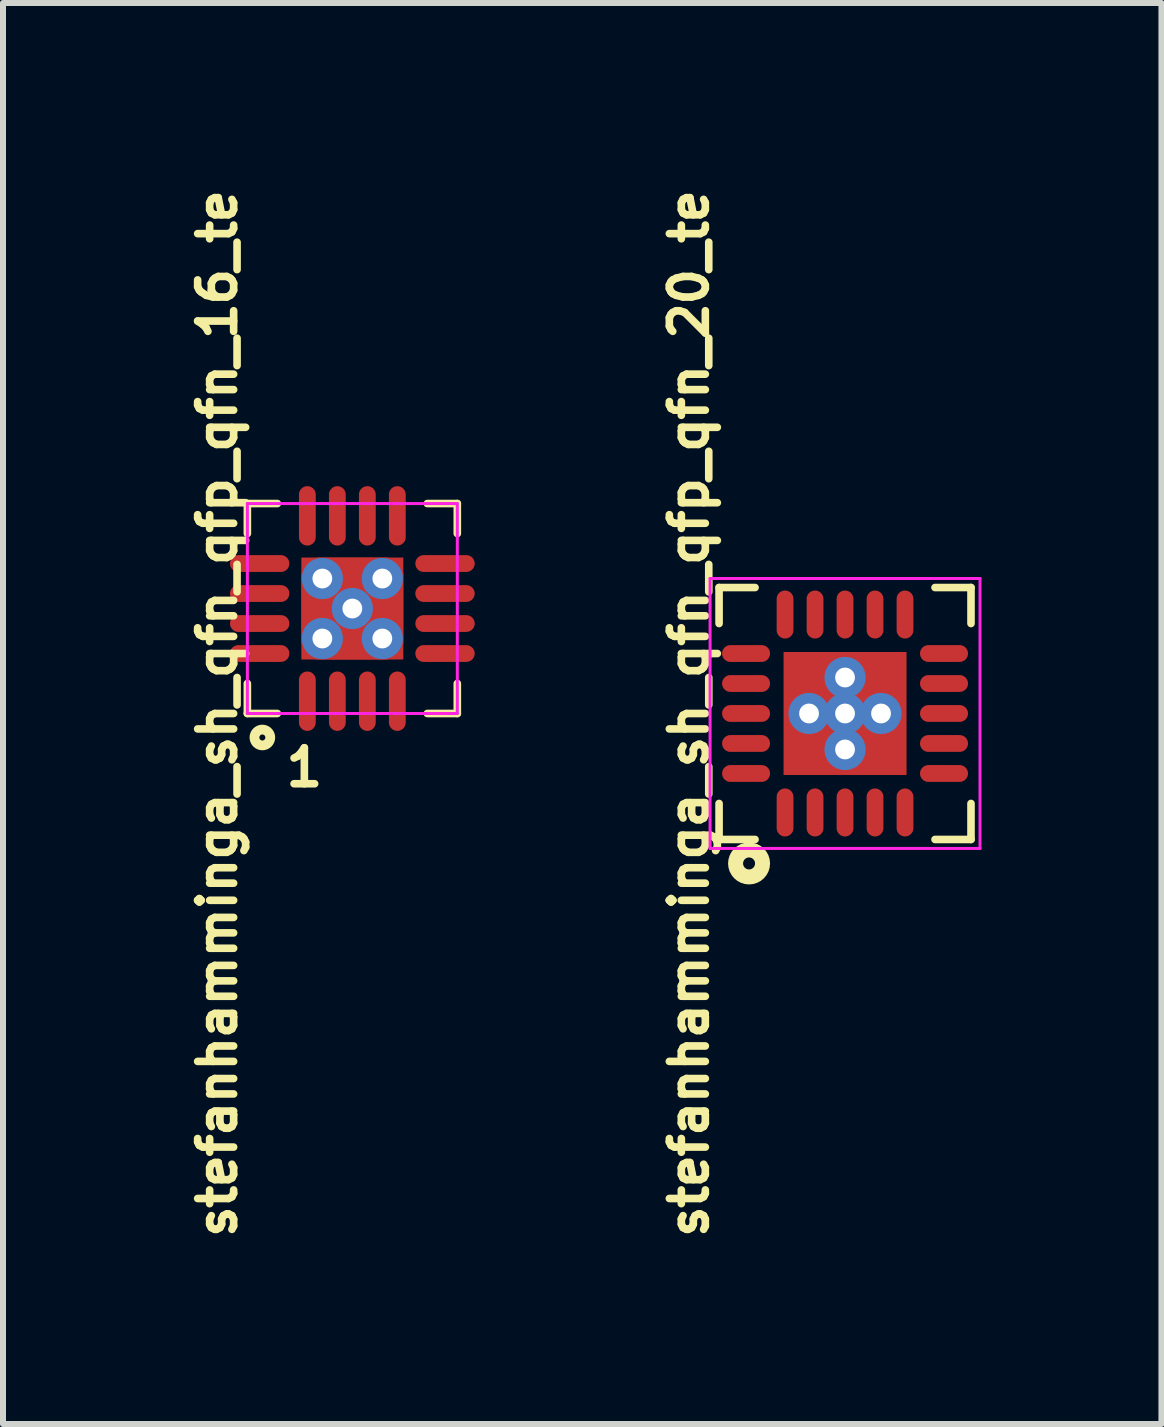
<source format=kicad_pcb>
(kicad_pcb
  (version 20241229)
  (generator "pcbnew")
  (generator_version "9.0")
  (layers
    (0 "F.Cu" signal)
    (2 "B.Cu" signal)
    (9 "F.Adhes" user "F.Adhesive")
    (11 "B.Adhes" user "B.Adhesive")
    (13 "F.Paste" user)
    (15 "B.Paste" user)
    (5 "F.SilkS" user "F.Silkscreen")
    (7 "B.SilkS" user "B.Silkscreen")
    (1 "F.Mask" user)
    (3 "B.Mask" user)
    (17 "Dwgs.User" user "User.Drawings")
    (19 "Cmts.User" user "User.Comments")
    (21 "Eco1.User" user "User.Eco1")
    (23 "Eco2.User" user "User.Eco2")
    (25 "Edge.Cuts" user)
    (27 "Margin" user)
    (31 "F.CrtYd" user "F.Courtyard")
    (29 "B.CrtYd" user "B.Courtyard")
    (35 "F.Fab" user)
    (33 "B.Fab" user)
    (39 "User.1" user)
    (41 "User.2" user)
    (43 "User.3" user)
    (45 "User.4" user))
  (footprint "stefanhamminga_sh_qfn_qfp_qfn_16_te"
    (layer "F.Cu")
    (at 2.824 7.095)
    (property "Reference" "stefanhamminga_sh_qfn_qfp_qfn_16_te" (at -2.25 1.75 90) (layer "F.SilkS") (effects (font (size 0.6 0.6) (thickness 0.127))))
    (attr smd)
    (fp_line (start -1.75 -1.75) (end -1.25 -1.75) (stroke (width 0.127) (type solid)) (layer "F.SilkS"))
    (fp_line (start -1.75 -1.25) (end -1.75 -1.75) (stroke (width 0.127) (type solid)) (layer "F.SilkS"))
    (fp_line (start -1.75 1.75) (end -1.75 1.25) (stroke (width 0.127) (type solid)) (layer "F.SilkS"))
    (fp_line (start -1.25 1.75) (end -1.75 1.75) (stroke (width 0.127) (type solid)) (layer "F.SilkS"))
    (fp_line (start 1.25 -1.75) (end 1.75 -1.75) (stroke (width 0.127) (type solid)) (layer "F.SilkS"))
    (fp_line (start 1.75 -1.75) (end 1.75 -1.25) (stroke (width 0.127) (type solid)) (layer "F.SilkS"))
    (fp_line (start 1.75 1.25) (end 1.75 1.75) (stroke (width 0.127) (type solid)) (layer "F.SilkS"))
    (fp_line (start 1.75 1.75) (end 1.25 1.75) (stroke (width 0.127) (type solid)) (layer "F.SilkS"))
    (fp_circle (center -1.5 2.15) (end -1.5 2.2) (stroke (width 0.127) (type solid)) (fill no) (layer "F.SilkS"))
    (fp_circle (center -1.5 2.15) (end -1.5 2.3) (stroke (width 0.127) (type solid)) (fill no) (layer "F.SilkS"))
    (fp_line (start -1.75 -1.75) (end -1.75 1.75) (stroke (width 0.05) (type solid)) (layer "F.CrtYd"))
    (fp_line (start -1.75 -1.75) (end 1.75 -1.75) (stroke (width 0.05) (type solid)) (layer "F.CrtYd"))
    (fp_line (start 1.75 -1.75) (end 1.75 1.75) (stroke (width 0.05) (type solid)) (layer "F.CrtYd"))
    (fp_line (start 1.75 1.75) (end -1.75 1.75) (stroke (width 0.05) (type solid)) (layer "F.CrtYd"))
    (fp_text user "1" (at -0.8 2.65 180) (layer "F.SilkS") (effects (font (size 0.6 0.6) (thickness 0.127))))
    (pad "1" smd oval (at -0.75 1.545) (size 0.28 0.99) (layers "F.Cu" "F.Mask" "F.Paste"))
    (pad "2" smd oval (at -0.25 1.545) (size 0.28 0.99) (layers "F.Cu" "F.Mask" "F.Paste"))
    (pad "3" smd oval (at 0.25 1.545) (size 0.28 0.99) (layers "F.Cu" "F.Mask" "F.Paste"))
    (pad "4" smd oval (at 0.75 1.545) (size 0.28 0.99) (layers "F.Cu" "F.Mask" "F.Paste"))
    (pad "5" smd oval (at 1.545 0.75 90) (size 0.28 0.99) (layers "F.Cu" "F.Mask" "F.Paste"))
    (pad "6" smd oval (at 1.545 0.25 90) (size 0.28 0.99) (layers "F.Cu" "F.Mask" "F.Paste"))
    (pad "7" smd oval (at 1.545 -0.25 90) (size 0.28 0.99) (layers "F.Cu" "F.Mask" "F.Paste"))
    (pad "8" smd oval (at 1.545 -0.75 90) (size 0.28 0.99) (layers "F.Cu" "F.Mask" "F.Paste"))
    (pad "9" smd oval (at 0.75 -1.545) (size 0.28 0.99) (layers "F.Cu" "F.Mask" "F.Paste"))
    (pad "10" smd oval (at 0.25 -1.545) (size 0.28 0.99) (layers "F.Cu" "F.Mask" "F.Paste"))
    (pad "11" smd oval (at -0.25 -1.545) (size 0.28 0.99) (layers "F.Cu" "F.Mask" "F.Paste"))
    (pad "12" smd oval (at -0.75 -1.545) (size 0.28 0.99) (layers "F.Cu" "F.Mask" "F.Paste"))
    (pad "13" smd oval (at -1.545 -0.75 90) (size 0.28 0.99) (layers "F.Cu" "F.Mask" "F.Paste"))
    (pad "14" smd oval (at -1.545 -0.25 90) (size 0.28 0.99) (layers "F.Cu" "F.Mask" "F.Paste"))
    (pad "15" smd oval (at -1.545 0.25 90) (size 0.28 0.99) (layers "F.Cu" "F.Mask" "F.Paste"))
    (pad "16" smd oval (at -1.545 0.75 90) (size 0.28 0.99) (layers "F.Cu" "F.Mask" "F.Paste"))
    (pad "17" smd trapezoid (at -0.525 0 270) (size 0.65 0.65) (rect_delta 0 0.55) (layers "F.Cu" "F.Paste"))
    (pad "17" thru_hole circle (at -0.5 -0.5) (size 0.686 0.686) (drill 0.33) (layers "*.Cu"))
    (pad "17" thru_hole circle (at -0.5 0.5) (size 0.686 0.686) (drill 0.33) (layers "*.Cu"))
    (pad "17" smd trapezoid (at 0 -0.525 180) (size 0.65 0.65) (rect_delta 0 0.55) (layers "F.Cu" "F.Paste"))
    (pad "17" thru_hole circle (at 0 0) (size 0.686 0.686) (drill 0.33) (layers "*.Cu"))
    (pad "17" smd rect (at 0 0) (size 1.7 1.7) (layers "F.Cu" "F.Mask"))
    (pad "17" smd trapezoid (at 0 0.525) (size 0.65 0.65) (rect_delta 0 0.55) (layers "F.Cu" "F.Paste"))
    (pad "17" thru_hole circle (at 0.5 -0.5) (size 0.686 0.686) (drill 0.33) (layers "*.Cu"))
    (pad "17" thru_hole circle (at 0.5 0.5) (size 0.686 0.686) (drill 0.33) (layers "*.Cu"))
    (pad "17" smd trapezoid (at 0.525 0 90) (size 0.65 0.65) (rect_delta 0 0.55) (layers "F.Cu" "F.Paste")))
  (footprint "stefanhamminga_sh_qfn_qfp_qfn_20_te"
    (layer "F.Cu")
    (at 11.038 8.845)
    (property "Reference" "stefanhamminga_sh_qfn_qfp_qfn_20_te" (at -2.6 0 90) (layer "F.SilkS") (effects (font (size 0.6 0.6) (thickness 0.127))))
    (attr through_hole)
    (fp_line (start -2.1 -2.1) (end -2.1 -1.5) (stroke (width 0.127) (type solid)) (layer "F.SilkS"))
    (fp_line (start -2.1 -2.1) (end -1.5 -2.1) (stroke (width 0.127) (type solid)) (layer "F.SilkS"))
    (fp_line (start -2.1 2.1) (end -2.1 1.5) (stroke (width 0.127) (type solid)) (layer "F.SilkS"))
    (fp_line (start -1.5 2.1) (end -2.1 2.1) (stroke (width 0.127) (type solid)) (layer "F.SilkS"))
    (fp_line (start 1.5 -2.1) (end 2.1 -2.1) (stroke (width 0.127) (type solid)) (layer "F.SilkS"))
    (fp_line (start 2.1 -2.1) (end 2.1 -1.5) (stroke (width 0.127) (type solid)) (layer "F.SilkS"))
    (fp_line (start 2.1 1.5) (end 2.1 2.1) (stroke (width 0.127) (type solid)) (layer "F.SilkS"))
    (fp_line (start 2.1 2.1) (end 1.5 2.1) (stroke (width 0.127) (type solid)) (layer "F.SilkS"))
    (fp_circle (center -1.6 2.5) (end -1.7 2.5) (stroke (width 0.25) (type solid)) (fill no) (layer "F.SilkS"))
    (fp_line (start -2.25 -2.25) (end 2.25 -2.25) (stroke (width 0.05) (type solid)) (layer "F.CrtYd"))
    (fp_line (start -2.25 2.25) (end -2.25 -2.25) (stroke (width 0.05) (type solid)) (layer "F.CrtYd"))
    (fp_line (start 2.25 -2.25) (end 2.25 2.25) (stroke (width 0.05) (type solid)) (layer "F.CrtYd"))
    (fp_line (start 2.25 2.25) (end -2.25 2.25) (stroke (width 0.05) (type solid)) (layer "F.CrtYd"))
    (pad "1" smd oval (at -1 1.65) (size 0.28 0.8) (layers "F.Cu" "F.Mask" "F.Paste"))
    (pad "2" smd oval (at -0.5 1.65) (size 0.28 0.8) (layers "F.Cu" "F.Mask" "F.Paste"))
    (pad "3" smd oval (at 0 1.65) (size 0.28 0.8) (layers "F.Cu" "F.Mask" "F.Paste"))
    (pad "4" smd oval (at 0.5 1.65) (size 0.28 0.8) (layers "F.Cu" "F.Mask" "F.Paste"))
    (pad "5" smd oval (at 1 1.65) (size 0.28 0.8) (layers "F.Cu" "F.Mask" "F.Paste"))
    (pad "6" smd oval (at 1.65 1 90) (size 0.28 0.8) (layers "F.Cu" "F.Mask" "F.Paste"))
    (pad "7" smd oval (at 1.65 0.5 90) (size 0.28 0.8) (layers "F.Cu" "F.Mask" "F.Paste"))
    (pad "8" smd oval (at 1.65 0 90) (size 0.28 0.8) (layers "F.Cu" "F.Mask" "F.Paste"))
    (pad "9" smd oval (at 1.65 -0.5 90) (size 0.28 0.8) (layers "F.Cu" "F.Mask" "F.Paste"))
    (pad "10" smd oval (at 1.65 -1 90) (size 0.28 0.8) (layers "F.Cu" "F.Mask" "F.Paste"))
    (pad "11" smd oval (at 1 -1.65) (size 0.28 0.8) (layers "F.Cu" "F.Mask" "F.Paste"))
    (pad "12" smd oval (at 0.5 -1.65) (size 0.28 0.8) (layers "F.Cu" "F.Mask" "F.Paste"))
    (pad "13" smd oval (at 0 -1.65) (size 0.28 0.8) (layers "F.Cu" "F.Mask" "F.Paste"))
    (pad "14" smd oval (at -0.5 -1.65) (size 0.28 0.8) (layers "F.Cu" "F.Mask" "F.Paste"))
    (pad "15" smd oval (at -1 -1.65) (size 0.28 0.8) (layers "F.Cu" "F.Mask" "F.Paste"))
    (pad "16" smd oval (at -1.65 -1 90) (size 0.28 0.8) (layers "F.Cu" "F.Mask" "F.Paste"))
    (pad "17" smd oval (at -1.65 -0.5 90) (size 0.28 0.8) (layers "F.Cu" "F.Mask" "F.Paste"))
    (pad "18" smd oval (at -1.65 0 90) (size 0.28 0.8) (layers "F.Cu" "F.Mask" "F.Paste"))
    (pad "19" smd oval (at -1.65 0.5 90) (size 0.28 0.8) (layers "F.Cu" "F.Mask" "F.Paste"))
    (pad "20" smd oval (at -1.65 1 90) (size 0.28 0.8) (layers "F.Cu" "F.Mask" "F.Paste"))
    (pad "21" thru_hole circle (at -0.6 0) (size 0.686 0.686) (drill 0.33) (layers "*.Cu"))
    (pad "21" smd rect (at -0.55 -0.55) (size 0.9 0.9) (layers "F.Cu" "F.Mask" "F.Paste"))
    (pad "21" smd rect (at -0.55 0.55) (size 0.9 0.9) (layers "F.Cu" "F.Mask" "F.Paste"))
    (pad "21" thru_hole circle (at 0 -0.6) (size 0.686 0.686) (drill 0.33) (layers "*.Cu"))
    (pad "21" thru_hole circle (at 0 0) (size 0.686 0.686) (drill 0.33) (layers "*.Cu"))
    (pad "21" smd rect (at 0 0) (size 2.05 2.05) (layers "F.Cu" "F.Mask"))
    (pad "21" thru_hole circle (at 0 0.6) (size 0.686 0.686) (drill 0.33) (layers "*.Cu"))
    (pad "21" smd rect (at 0.55 -0.55) (size 0.9 0.9) (layers "F.Cu" "F.Mask" "F.Paste"))
    (pad "21" smd rect (at 0.55 0.55) (size 0.9 0.9) (layers "F.Cu" "F.Mask" "F.Paste"))
    (pad "21" thru_hole circle (at 0.6 0) (size 0.686 0.686) (drill 0.33) (layers "*.Cu")))
  (gr_rect
    (start -3 -3)
    (end 16.313 20.69)
    (stroke (width 0.1) (type default))
    (fill no)
    (layer "Edge.Cuts")))
</source>
